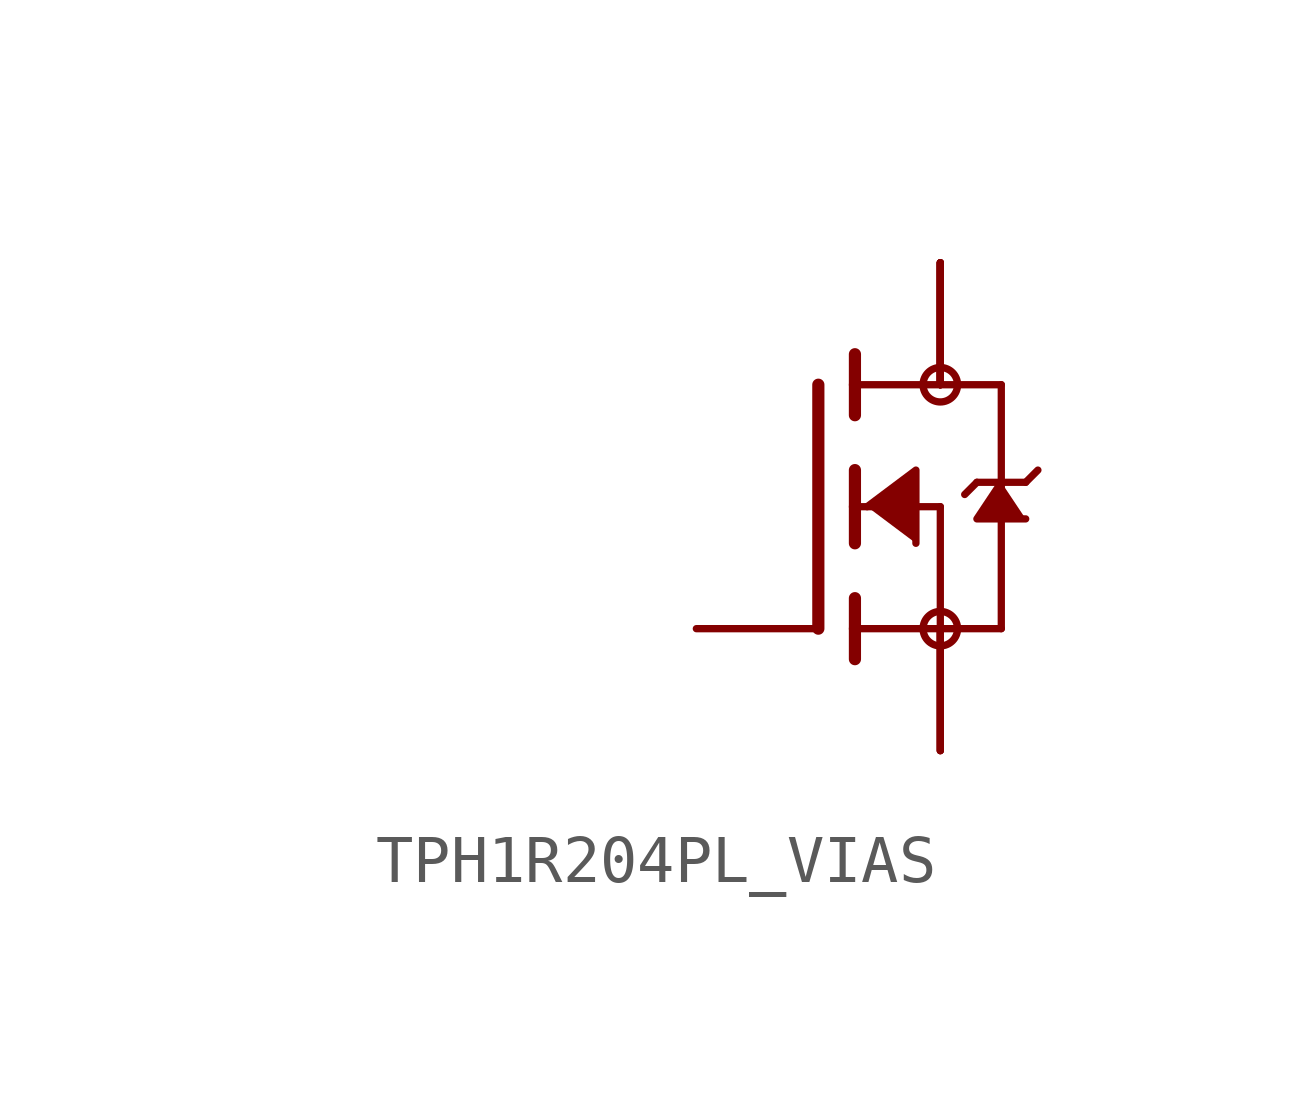
<source format=kicad_sym>
(kicad_symbol_lib
  (version 20231120)
  (generator "kicad_symbol_editor")
  (generator_version "8.0")
  (symbol "TPH1R204PL_VIAS"
    (property "Reference" ""
      (at -11.43 2.54 0)
      (effects (font (size 1.778 1.511)) (justify left bottom) (hide yes)))
    (property "Value" ""
      (at -11.43 0 0)
      (effects (font (size 1.778 1.511)) (justify left bottom)))
    (property "ki_locked" ""
      (at 0 0 0)
      (effects (font (size 1.27 1.27))))
    (symbol "TPH1R204PL_VIAS_1_0"
      (polyline (pts (xy 0 2.54) (xy 0 -2.54)) (stroke (width 0.254) (type solid)) (fill (type none)))
      (polyline (pts (xy 0.762 -2.54) (xy 0.762 -3.175)) (stroke (width 0.254) (type solid)) (fill (type none)))
      (polyline (pts (xy 0.762 -1.905) (xy 0.762 -2.54)) (stroke (width 0.254) (type solid)) (fill (type none)))
      (polyline (pts (xy 0.762 0) (xy 0.762 -0.762)) (stroke (width 0.254) (type solid)) (fill (type none)))
      (polyline (pts (xy 0.762 0) (xy 2.54 0)) (stroke (width 0.152) (type solid)) (fill (type none)))
      (polyline (pts (xy 0.762 0.762) (xy 0.762 0)) (stroke (width 0.254) (type solid)) (fill (type none)))
      (polyline (pts (xy 0.762 2.54) (xy 0.762 1.905)) (stroke (width 0.254) (type solid)) (fill (type none)))
      (polyline (pts (xy 0.762 2.54) (xy 3.81 2.54)) (stroke (width 0.152) (type solid)) (fill (type none)))
      (polyline (pts (xy 0.762 3.175) (xy 0.762 2.54)) (stroke (width 0.254) (type solid)) (fill (type none)))
      (polyline (pts (xy 2.54 -2.54) (xy 0.762 -2.54)) (stroke (width 0.152) (type solid)) (fill (type none)))
      (polyline (pts (xy 2.54 -2.54) (xy 3.81 -2.54)) (stroke (width 0.152) (type solid)) (fill (type none)))
      (polyline (pts (xy 2.54 0) (xy 2.54 -2.54)) (stroke (width 0.152) (type solid)) (fill (type none)))
      (polyline (pts (xy 3.302 0.508) (xy 3.048 0.254)) (stroke (width 0.152) (type solid)) (fill (type none)))
      (polyline (pts (xy 3.81 0.508) (xy 3.302 0.508)) (stroke (width 0.152) (type solid)) (fill (type none)))
      (polyline (pts (xy 3.81 0.508) (xy 3.81 -2.54)) (stroke (width 0.152) (type solid)) (fill (type none)))
      (polyline (pts (xy 3.81 2.54) (xy 3.81 0.508)) (stroke (width 0.152) (type solid)) (fill (type none)))
      (polyline (pts (xy 4.318 0.508) (xy 3.81 0.508)) (stroke (width 0.152) (type solid)) (fill (type none)))
      (polyline (pts (xy 4.572 0.762) (xy 4.318 0.508)) (stroke (width 0.152) (type solid)) (fill (type none)))
      (polyline (pts (xy 1.016 0) (xy 2.032 0.762) (xy 2.032 -0.762)) (stroke (width 0.152) (type solid)) (fill (type outline)))
      (polyline (pts (xy 3.81 0.508) (xy 3.302 -0.254) (xy 4.318 -0.254)) (stroke (width 0.152) (type solid)) (fill (type outline)))
      (circle (center 2.54 -2.54) (radius 0.359) (stroke (width 0) (type solid)) (fill (type none)))
      (circle (center 2.54 2.54) (radius 0.359) (stroke (width 0) (type solid)) (fill (type none)))
      (pin passive line (at 2.54 -5.08 90) (length 2.54) (name "S" (effects (font (size 0 0)))) (number "1" (effects (font (size 0 0)))))
      (pin passive line (at 2.54 -5.08 90) (length 2.54) (name "S" (effects (font (size 0 0)))) (number "2" (effects (font (size 0 0)))))
      (pin passive line (at 2.54 -5.08 90) (length 2.54) (name "S" (effects (font (size 0 0)))) (number "3" (effects (font (size 0 0)))))
      (pin passive line (at -2.54 -2.54 0) (length 2.54) (name "G" (effects (font (size 0 0)))) (number "4" (effects (font (size 0 0)))))
      (pin passive line (at 2.54 5.08 270) (length 2.54) (name "D" (effects (font (size 0 0)))) (number "5" (effects (font (size 0 0)))))
      (pin passive line (at 2.54 5.08 270) (length 2.54) (name "D" (effects (font (size 0 0)))) (number "6" (effects (font (size 0 0)))))
      (pin passive line (at 2.54 5.08 270) (length 2.54) (name "D" (effects (font (size 0 0)))) (number "7" (effects (font (size 0 0)))))
      (pin passive line (at 2.54 5.08 270) (length 2.54) (name "D" (effects (font (size 0 0)))) (number "8" (effects (font (size 0 0)))))
      (pin passive line (at 2.54 5.08 270) (length 2.54) (name "D" (effects (font (size 0 0)))) (number "PAD" (effects (font (size 0 0))))))))
</source>
